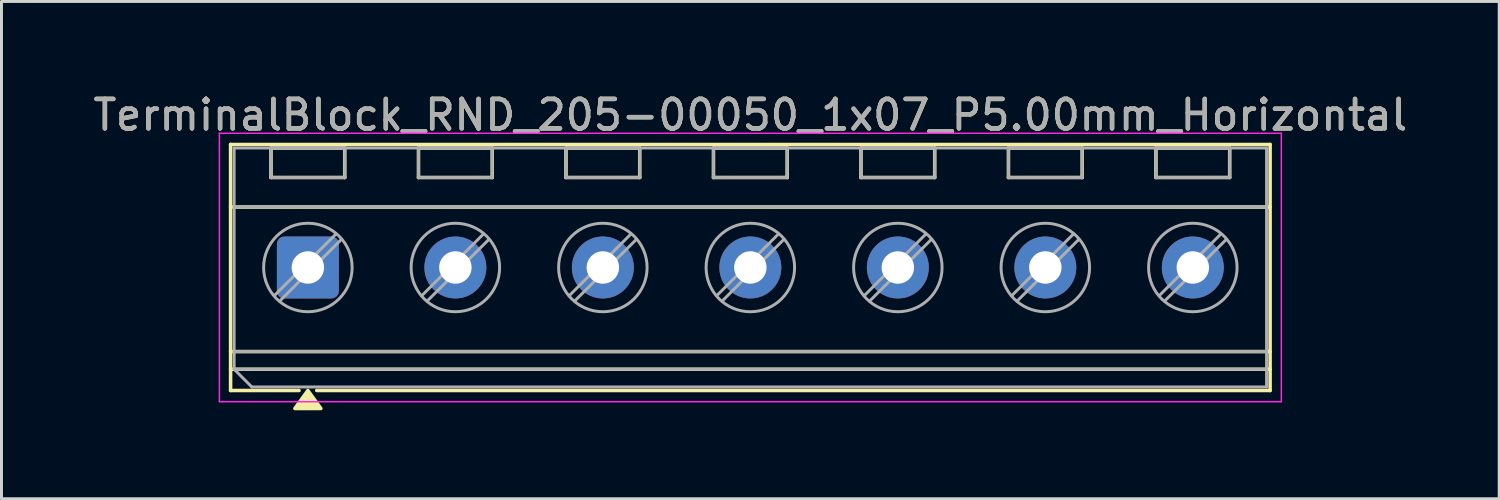
<source format=kicad_pcb>
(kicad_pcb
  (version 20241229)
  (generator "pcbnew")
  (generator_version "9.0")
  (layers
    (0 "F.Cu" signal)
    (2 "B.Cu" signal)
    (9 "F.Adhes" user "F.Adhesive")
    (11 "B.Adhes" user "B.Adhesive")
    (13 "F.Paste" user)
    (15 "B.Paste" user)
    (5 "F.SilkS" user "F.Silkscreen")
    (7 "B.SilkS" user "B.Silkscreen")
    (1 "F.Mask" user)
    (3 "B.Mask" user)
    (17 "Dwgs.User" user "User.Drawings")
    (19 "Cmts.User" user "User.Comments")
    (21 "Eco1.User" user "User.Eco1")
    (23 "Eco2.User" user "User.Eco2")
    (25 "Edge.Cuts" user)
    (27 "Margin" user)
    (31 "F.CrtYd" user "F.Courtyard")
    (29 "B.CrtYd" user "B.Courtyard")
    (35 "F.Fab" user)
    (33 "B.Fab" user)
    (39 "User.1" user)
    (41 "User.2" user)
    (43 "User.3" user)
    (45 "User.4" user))
  (footprint "TerminalBlock_RND_205-00050_1x07_P5.00mm_Horizontal"
    (layer "F.Cu")
    (at 7.387 6.018)
    (property "Reference" "TerminalBlock_RND_205-00050_1x07_P5.00mm_Horizontal" (at 15 -5.17 0) (layer "F.SilkS") (effects (font (size 1 1) (thickness 0.15))))
    (attr through_hole)
    (fp_line (start -2.62 -4.17) (end -2.62 4.17) (stroke (width 0.12) (type solid)) (layer "F.SilkS"))
    (fp_line (start -2.62 -4.17) (end 32.62 -4.17) (stroke (width 0.12) (type solid)) (layer "F.SilkS"))
    (fp_line (start -2.62 -2.05) (end 32.62 -2.05) (stroke (width 0.12) (type solid)) (layer "F.SilkS"))
    (fp_line (start -2.62 2.85) (end 32.62 2.85) (stroke (width 0.12) (type solid)) (layer "F.SilkS"))
    (fp_line (start -2.62 3.45) (end 32.62 3.45) (stroke (width 0.12) (type solid)) (layer "F.SilkS"))
    (fp_line (start -2.62 4.17) (end -0.3 4.17) (stroke (width 0.12) (type solid)) (layer "F.SilkS"))
    (fp_line (start -1.25 -4.05) (end -1.25 -3.05) (stroke (width 0.12) (type solid)) (layer "F.SilkS"))
    (fp_line (start -1.25 -4.05) (end 1.25 -4.05) (stroke (width 0.12) (type solid)) (layer "F.SilkS"))
    (fp_line (start -1.25 -3.05) (end 1.25 -3.05) (stroke (width 0.12) (type solid)) (layer "F.SilkS"))
    (fp_line (start 0.3 4.17) (end 32.62 4.17) (stroke (width 0.12) (type solid)) (layer "F.SilkS"))
    (fp_line (start 1.25 -4.05) (end 1.25 -3.05) (stroke (width 0.12) (type solid)) (layer "F.SilkS"))
    (fp_line (start 3.75 -4.05) (end 3.75 -3.05) (stroke (width 0.12) (type solid)) (layer "F.SilkS"))
    (fp_line (start 3.75 -4.05) (end 6.25 -4.05) (stroke (width 0.12) (type solid)) (layer "F.SilkS"))
    (fp_line (start 3.75 -3.05) (end 6.25 -3.05) (stroke (width 0.12) (type solid)) (layer "F.SilkS"))
    (fp_line (start 6.25 -4.05) (end 6.25 -3.05) (stroke (width 0.12) (type solid)) (layer "F.SilkS"))
    (fp_line (start 8.75 -4.05) (end 8.75 -3.05) (stroke (width 0.12) (type solid)) (layer "F.SilkS"))
    (fp_line (start 8.75 -4.05) (end 11.25 -4.05) (stroke (width 0.12) (type solid)) (layer "F.SilkS"))
    (fp_line (start 8.75 -3.05) (end 11.25 -3.05) (stroke (width 0.12) (type solid)) (layer "F.SilkS"))
    (fp_line (start 11.25 -4.05) (end 11.25 -3.05) (stroke (width 0.12) (type solid)) (layer "F.SilkS"))
    (fp_line (start 13.75 -4.05) (end 13.75 -3.05) (stroke (width 0.12) (type solid)) (layer "F.SilkS"))
    (fp_line (start 13.75 -4.05) (end 16.25 -4.05) (stroke (width 0.12) (type solid)) (layer "F.SilkS"))
    (fp_line (start 13.75 -3.05) (end 16.25 -3.05) (stroke (width 0.12) (type solid)) (layer "F.SilkS"))
    (fp_line (start 16.25 -4.05) (end 16.25 -3.05) (stroke (width 0.12) (type solid)) (layer "F.SilkS"))
    (fp_line (start 18.75 -4.05) (end 18.75 -3.05) (stroke (width 0.12) (type solid)) (layer "F.SilkS"))
    (fp_line (start 18.75 -4.05) (end 21.25 -4.05) (stroke (width 0.12) (type solid)) (layer "F.SilkS"))
    (fp_line (start 18.75 -3.05) (end 21.25 -3.05) (stroke (width 0.12) (type solid)) (layer "F.SilkS"))
    (fp_line (start 21.25 -4.05) (end 21.25 -3.05) (stroke (width 0.12) (type solid)) (layer "F.SilkS"))
    (fp_line (start 23.75 -4.05) (end 23.75 -3.05) (stroke (width 0.12) (type solid)) (layer "F.SilkS"))
    (fp_line (start 23.75 -4.05) (end 26.25 -4.05) (stroke (width 0.12) (type solid)) (layer "F.SilkS"))
    (fp_line (start 23.75 -3.05) (end 26.25 -3.05) (stroke (width 0.12) (type solid)) (layer "F.SilkS"))
    (fp_line (start 26.25 -4.05) (end 26.25 -3.05) (stroke (width 0.12) (type solid)) (layer "F.SilkS"))
    (fp_line (start 28.75 -4.05) (end 28.75 -3.05) (stroke (width 0.12) (type solid)) (layer "F.SilkS"))
    (fp_line (start 28.75 -4.05) (end 31.25 -4.05) (stroke (width 0.12) (type solid)) (layer "F.SilkS"))
    (fp_line (start 28.75 -3.05) (end 31.25 -3.05) (stroke (width 0.12) (type solid)) (layer "F.SilkS"))
    (fp_line (start 31.25 -4.05) (end 31.25 -3.05) (stroke (width 0.12) (type solid)) (layer "F.SilkS"))
    (fp_line (start 32.62 -4.17) (end 32.62 4.17) (stroke (width 0.12) (type solid)) (layer "F.SilkS"))
    (fp_poly (pts (xy 0 4.17) (xy 0.44 4.78) (xy -0.44 4.78)) (stroke (width 0.12) (type solid)) (fill yes) (layer "F.SilkS"))
    (fp_line (start -3 -4.55) (end -3 4.55) (stroke (width 0.05) (type solid)) (layer "F.CrtYd"))
    (fp_line (start -3 4.55) (end 33 4.55) (stroke (width 0.05) (type solid)) (layer "F.CrtYd"))
    (fp_line (start 33 -4.55) (end -3 -4.55) (stroke (width 0.05) (type solid)) (layer "F.CrtYd"))
    (fp_line (start 33 4.55) (end 33 -4.55) (stroke (width 0.05) (type solid)) (layer "F.CrtYd"))
    (fp_line (start -2.5 -4.05) (end 32.5 -4.05) (stroke (width 0.1) (type solid)) (layer "F.Fab"))
    (fp_line (start -2.5 -2.05) (end 32.5 -2.05) (stroke (width 0.1) (type solid)) (layer "F.Fab"))
    (fp_line (start -2.5 2.85) (end 32.5 2.85) (stroke (width 0.1) (type solid)) (layer "F.Fab"))
    (fp_line (start -2.5 3.45) (end -2.5 -4.05) (stroke (width 0.1) (type solid)) (layer "F.Fab"))
    (fp_line (start -2.5 3.45) (end 32.5 3.45) (stroke (width 0.1) (type solid)) (layer "F.Fab"))
    (fp_line (start -1.9 4.05) (end -2.5 3.45) (stroke (width 0.1) (type solid)) (layer "F.Fab"))
    (fp_line (start -1.25 -4.05) (end -1.25 -3.05) (stroke (width 0.1) (type solid)) (layer "F.Fab"))
    (fp_line (start -1.25 -3.05) (end 1.25 -3.05) (stroke (width 0.1) (type solid)) (layer "F.Fab"))
    (fp_line (start 0.955 -1.138) (end -1.138 0.954) (stroke (width 0.1) (type solid)) (layer "F.Fab"))
    (fp_line (start 1.138 -0.954) (end -0.955 1.137) (stroke (width 0.1) (type solid)) (layer "F.Fab"))
    (fp_line (start 1.25 -4.05) (end -1.25 -4.05) (stroke (width 0.1) (type solid)) (layer "F.Fab"))
    (fp_line (start 1.25 -3.05) (end 1.25 -4.05) (stroke (width 0.1) (type solid)) (layer "F.Fab"))
    (fp_line (start 3.75 -4.05) (end 3.75 -3.05) (stroke (width 0.1) (type solid)) (layer "F.Fab"))
    (fp_line (start 3.75 -3.05) (end 6.25 -3.05) (stroke (width 0.1) (type solid)) (layer "F.Fab"))
    (fp_line (start 5.955 -1.138) (end 3.862 0.954) (stroke (width 0.1) (type solid)) (layer "F.Fab"))
    (fp_line (start 6.138 -0.954) (end 4.045 1.137) (stroke (width 0.1) (type solid)) (layer "F.Fab"))
    (fp_line (start 6.25 -4.05) (end 3.75 -4.05) (stroke (width 0.1) (type solid)) (layer "F.Fab"))
    (fp_line (start 6.25 -3.05) (end 6.25 -4.05) (stroke (width 0.1) (type solid)) (layer "F.Fab"))
    (fp_line (start 8.75 -4.05) (end 8.75 -3.05) (stroke (width 0.1) (type solid)) (layer "F.Fab"))
    (fp_line (start 8.75 -3.05) (end 11.25 -3.05) (stroke (width 0.1) (type solid)) (layer "F.Fab"))
    (fp_line (start 10.955 -1.138) (end 8.862 0.954) (stroke (width 0.1) (type solid)) (layer "F.Fab"))
    (fp_line (start 11.138 -0.954) (end 9.045 1.137) (stroke (width 0.1) (type solid)) (layer "F.Fab"))
    (fp_line (start 11.25 -4.05) (end 8.75 -4.05) (stroke (width 0.1) (type solid)) (layer "F.Fab"))
    (fp_line (start 11.25 -3.05) (end 11.25 -4.05) (stroke (width 0.1) (type solid)) (layer "F.Fab"))
    (fp_line (start 13.75 -4.05) (end 13.75 -3.05) (stroke (width 0.1) (type solid)) (layer "F.Fab"))
    (fp_line (start 13.75 -3.05) (end 16.25 -3.05) (stroke (width 0.1) (type solid)) (layer "F.Fab"))
    (fp_line (start 15.955 -1.138) (end 13.862 0.954) (stroke (width 0.1) (type solid)) (layer "F.Fab"))
    (fp_line (start 16.138 -0.954) (end 14.045 1.137) (stroke (width 0.1) (type solid)) (layer "F.Fab"))
    (fp_line (start 16.25 -4.05) (end 13.75 -4.05) (stroke (width 0.1) (type solid)) (layer "F.Fab"))
    (fp_line (start 16.25 -3.05) (end 16.25 -4.05) (stroke (width 0.1) (type solid)) (layer "F.Fab"))
    (fp_line (start 18.75 -4.05) (end 18.75 -3.05) (stroke (width 0.1) (type solid)) (layer "F.Fab"))
    (fp_line (start 18.75 -3.05) (end 21.25 -3.05) (stroke (width 0.1) (type solid)) (layer "F.Fab"))
    (fp_line (start 20.955 -1.138) (end 18.862 0.954) (stroke (width 0.1) (type solid)) (layer "F.Fab"))
    (fp_line (start 21.138 -0.954) (end 19.045 1.137) (stroke (width 0.1) (type solid)) (layer "F.Fab"))
    (fp_line (start 21.25 -4.05) (end 18.75 -4.05) (stroke (width 0.1) (type solid)) (layer "F.Fab"))
    (fp_line (start 21.25 -3.05) (end 21.25 -4.05) (stroke (width 0.1) (type solid)) (layer "F.Fab"))
    (fp_line (start 23.75 -4.05) (end 23.75 -3.05) (stroke (width 0.1) (type solid)) (layer "F.Fab"))
    (fp_line (start 23.75 -3.05) (end 26.25 -3.05) (stroke (width 0.1) (type solid)) (layer "F.Fab"))
    (fp_line (start 25.955 -1.138) (end 23.862 0.954) (stroke (width 0.1) (type solid)) (layer "F.Fab"))
    (fp_line (start 26.138 -0.954) (end 24.045 1.137) (stroke (width 0.1) (type solid)) (layer "F.Fab"))
    (fp_line (start 26.25 -4.05) (end 23.75 -4.05) (stroke (width 0.1) (type solid)) (layer "F.Fab"))
    (fp_line (start 26.25 -3.05) (end 26.25 -4.05) (stroke (width 0.1) (type solid)) (layer "F.Fab"))
    (fp_line (start 28.75 -4.05) (end 28.75 -3.05) (stroke (width 0.1) (type solid)) (layer "F.Fab"))
    (fp_line (start 28.75 -3.05) (end 31.25 -3.05) (stroke (width 0.1) (type solid)) (layer "F.Fab"))
    (fp_line (start 30.955 -1.138) (end 28.862 0.954) (stroke (width 0.1) (type solid)) (layer "F.Fab"))
    (fp_line (start 31.138 -0.954) (end 29.045 1.137) (stroke (width 0.1) (type solid)) (layer "F.Fab"))
    (fp_line (start 31.25 -4.05) (end 28.75 -4.05) (stroke (width 0.1) (type solid)) (layer "F.Fab"))
    (fp_line (start 31.25 -3.05) (end 31.25 -4.05) (stroke (width 0.1) (type solid)) (layer "F.Fab"))
    (fp_line (start 32.5 -4.05) (end 32.5 4.05) (stroke (width 0.1) (type solid)) (layer "F.Fab"))
    (fp_line (start 32.5 4.05) (end -1.9 4.05) (stroke (width 0.1) (type solid)) (layer "F.Fab"))
    (fp_circle (center 0 0) (end 1.5 0) (stroke (width 0.1) (type solid)) (fill no) (layer "F.Fab"))
    (fp_circle (center 5 0) (end 6.5 0) (stroke (width 0.1) (type solid)) (fill no) (layer "F.Fab"))
    (fp_circle (center 10 0) (end 11.5 0) (stroke (width 0.1) (type solid)) (fill no) (layer "F.Fab"))
    (fp_circle (center 15 0) (end 16.5 0) (stroke (width 0.1) (type solid)) (fill no) (layer "F.Fab"))
    (fp_circle (center 20 0) (end 21.5 0) (stroke (width 0.1) (type solid)) (fill no) (layer "F.Fab"))
    (fp_circle (center 25 0) (end 26.5 0) (stroke (width 0.1) (type solid)) (fill no) (layer "F.Fab"))
    (fp_circle (center 30 0) (end 31.5 0) (stroke (width 0.1) (type solid)) (fill no) (layer "F.Fab"))
    (fp_text user "${REFERENCE}" (at 15 -5.17 0) (layer "F.Fab") (effects (font (size 1 1) (thickness 0.15))))
    (pad "1" thru_hole roundrect (at 0 0) (size 2.1 2.1) (drill 1.1) (layers "*.Cu" "*.Mask") (roundrect_rratio 0.119))
    (pad "2" thru_hole circle (at 5 0) (size 2.1 2.1) (drill 1.1) (layers "*.Cu" "*.Mask"))
    (pad "3" thru_hole circle (at 10 0) (size 2.1 2.1) (drill 1.1) (layers "*.Cu" "*.Mask"))
    (pad "4" thru_hole circle (at 15 0) (size 2.1 2.1) (drill 1.1) (layers "*.Cu" "*.Mask"))
    (pad "5" thru_hole circle (at 20 0) (size 2.1 2.1) (drill 1.1) (layers "*.Cu" "*.Mask"))
    (pad "6" thru_hole circle (at 25 0) (size 2.1 2.1) (drill 1.1) (layers "*.Cu" "*.Mask"))
    (pad "7" thru_hole circle (at 30 0) (size 2.1 2.1) (drill 1.1) (layers "*.Cu" "*.Mask")))
  (gr_rect
    (start -3 -3)
    (end 47.774 13.858)
    (stroke (width 0.1) (type default))
    (fill no)
    (layer "Edge.Cuts")))
</source>
